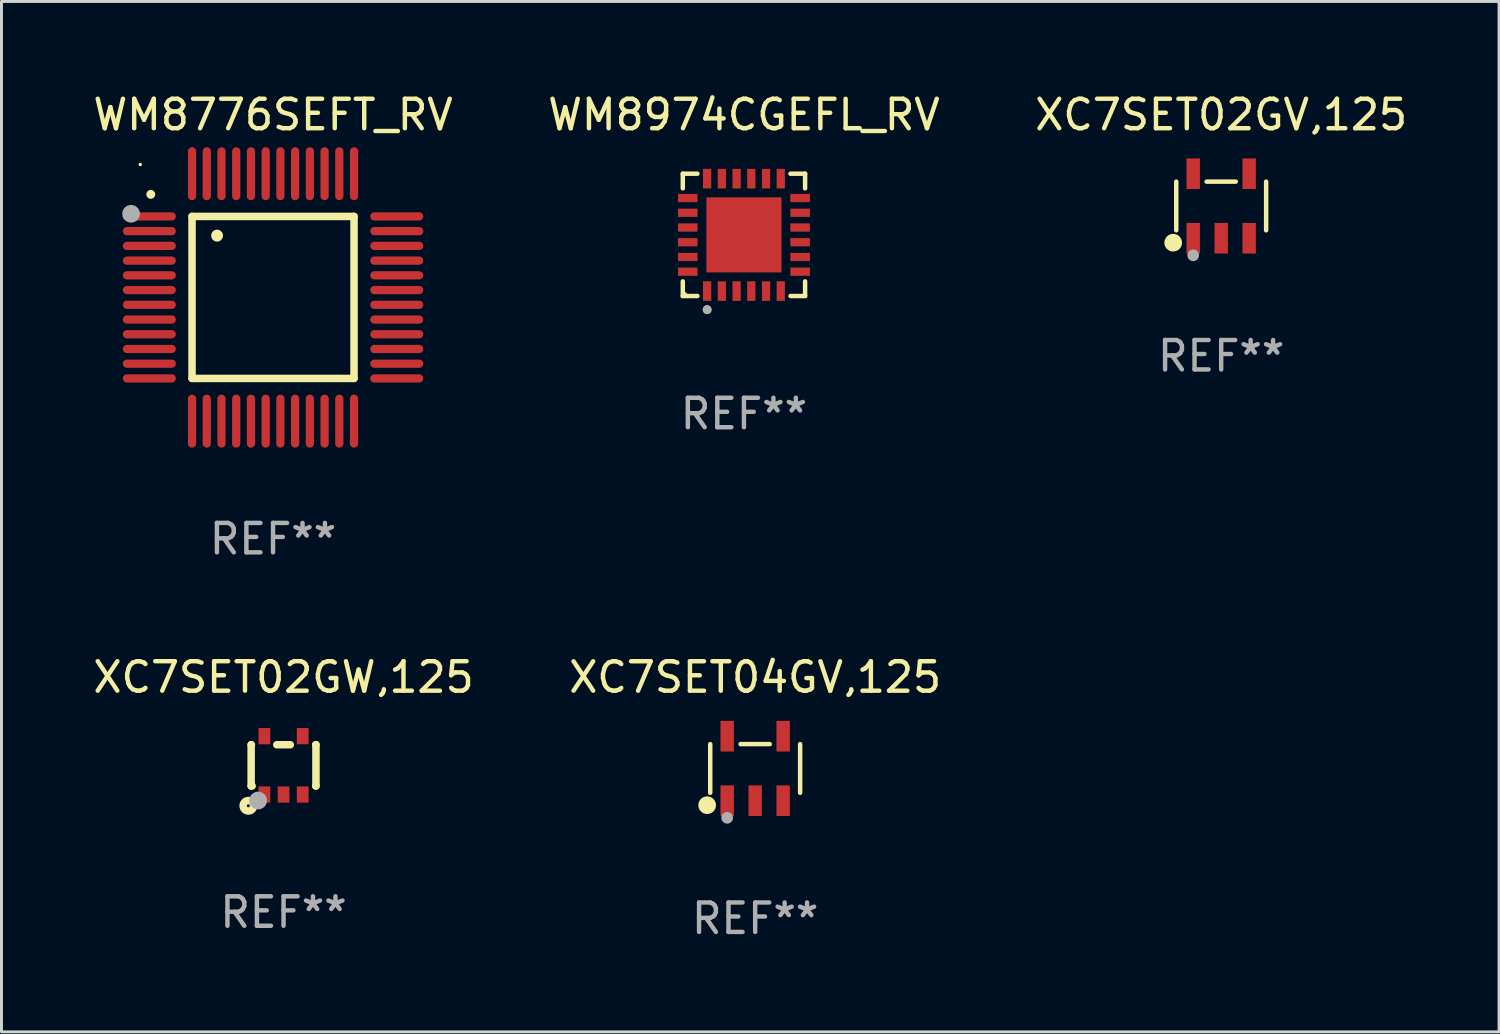
<source format=kicad_pcb>
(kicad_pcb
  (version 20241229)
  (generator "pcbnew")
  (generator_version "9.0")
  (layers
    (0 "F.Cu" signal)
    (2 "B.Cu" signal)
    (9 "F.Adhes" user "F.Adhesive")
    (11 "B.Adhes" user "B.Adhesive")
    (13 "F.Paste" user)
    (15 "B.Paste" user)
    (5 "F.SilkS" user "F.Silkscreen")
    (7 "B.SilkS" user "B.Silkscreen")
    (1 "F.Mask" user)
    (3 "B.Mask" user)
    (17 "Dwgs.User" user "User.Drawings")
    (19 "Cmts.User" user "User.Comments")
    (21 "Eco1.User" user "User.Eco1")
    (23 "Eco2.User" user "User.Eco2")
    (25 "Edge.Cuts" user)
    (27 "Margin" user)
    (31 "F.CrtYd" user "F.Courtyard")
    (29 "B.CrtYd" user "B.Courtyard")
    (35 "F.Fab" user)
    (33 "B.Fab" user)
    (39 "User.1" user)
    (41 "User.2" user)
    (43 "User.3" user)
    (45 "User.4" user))
  (footprint "XC7SET02GW,125"
    (layer "F.Cu")
    (at 6.577 22.935)
    (property "Reference" "XC7SET02GW,125" (at 0 -2.991 0) (layer "F.SilkS") (effects (font (size 1 1) (thickness 0.15))))
    (attr through_hole)
    (fp_line (start -1.1 -0.7) (end -1.1 0.7) (stroke (width 0.254) (type solid)) (layer "F.SilkS"))
    (fp_line (start -1.1 -0.7) (end -1.09 -0.7) (stroke (width 0.254) (type solid)) (layer "F.SilkS"))
    (fp_line (start -1.1 0.7) (end -1.065 0.7) (stroke (width 0.254) (type solid)) (layer "F.SilkS"))
    (fp_line (start -0.23 -0.7) (end 0.23 -0.7) (stroke (width 0.254) (type solid)) (layer "F.SilkS"))
    (fp_line (start 1.09 -0.7) (end 1.1 -0.7) (stroke (width 0.254) (type solid)) (layer "F.SilkS"))
    (fp_line (start 1.09 0.7) (end 1.1 0.7) (stroke (width 0.254) (type solid)) (layer "F.SilkS"))
    (fp_line (start 1.1 -0.7) (end 1.1 0.7) (stroke (width 0.254) (type solid)) (layer "F.SilkS"))
    (fp_circle (center -1.194 1.372) (end -1.143 1.372) (stroke (width 0.254) (type solid)) (fill no) (layer "F.SilkS"))
    (fp_circle (center -1.05 1.063) (end -1.02 1.063) (stroke (width 0.06) (type solid)) (fill no) (layer "F.SilkS"))
    (fp_circle (center -0.864 1.194) (end -0.713 1.194) (stroke (width 0.3) (type solid)) (fill no) (layer "F.Fab"))
    (fp_text user "REF**" (at 0 4.991 0) (layer "F.Fab") (effects (font (size 1 1) (thickness 0.15))))
    (pad "1" smd rect (at -0.65 0.991 180) (size 0.399 0.551) (layers "F.Cu" "F.Mask" "F.Paste"))
    (pad "2" smd rect (at 0 0.991 180) (size 0.399 0.551) (layers "F.Cu" "F.Mask" "F.Paste"))
    (pad "3" smd rect (at 0.65 0.991 180) (size 0.399 0.551) (layers "F.Cu" "F.Mask" "F.Paste"))
    (pad "4" smd rect (at 0.65 -0.991 180) (size 0.399 0.551) (layers "F.Cu" "F.Mask" "F.Paste"))
    (pad "5" smd rect (at -0.65 -0.991 180) (size 0.399 0.551) (layers "F.Cu" "F.Mask" "F.Paste")))
  (footprint "WM8776SEFT_RV"
    (layer "F.Cu")
    (at 6.22 7.048)
    (property "Reference" "WM8776SEFT_RV" (at 0 -6.2 0) (layer "F.SilkS") (effects (font (size 1 1) (thickness 0.15))))
    (attr through_hole)
    (fp_line (start -2.75 -2.75) (end 2.75 -2.75) (stroke (width 0.254) (type solid)) (layer "F.SilkS"))
    (fp_line (start -2.75 2.75) (end -2.75 -2.75) (stroke (width 0.254) (type solid)) (layer "F.SilkS"))
    (fp_line (start 2.75 -2.75) (end 2.75 2.75) (stroke (width 0.254) (type solid)) (layer "F.SilkS"))
    (fp_line (start 2.75 2.75) (end -2.75 2.75) (stroke (width 0.254) (type solid)) (layer "F.SilkS"))
    (fp_arc (start -4.150368 -3.497587) (mid -4.150373 -3.498857) (end -4.150368 -3.500127) (stroke (width 0.3) (type solid)) (layer "F.SilkS"))
    (fp_arc (start -1.899924 -2.095504) (mid -1.89994 -2.098044) (end -1.899924 -2.100584) (stroke (width 0.4) (type solid)) (layer "F.SilkS"))
    (fp_circle (center -4.509 -4.513) (end -4.479 -4.513) (stroke (width 0.06) (type solid)) (fill no) (layer "F.SilkS"))
    (fp_circle (center -4.82 -2.84) (end -4.67 -2.84) (stroke (width 0.3) (type solid)) (fill no) (layer "F.Fab"))
    (fp_text user "REF**" (at 0 8.2 0) (layer "F.Fab") (effects (font (size 1 1) (thickness 0.15))))
    (pad "1" smd oval (at -4.2 -2.75 90) (size 0.28 1.8) (layers "F.Cu" "F.Mask" "F.Paste"))
    (pad "2" smd oval (at -4.2 -2.25 90) (size 0.28 1.8) (layers "F.Cu" "F.Mask" "F.Paste"))
    (pad "3" smd oval (at -4.2 -1.75 90) (size 0.28 1.8) (layers "F.Cu" "F.Mask" "F.Paste"))
    (pad "4" smd oval (at -4.2 -1.25 90) (size 0.28 1.8) (layers "F.Cu" "F.Mask" "F.Paste"))
    (pad "5" smd oval (at -4.2 -0.75 90) (size 0.28 1.8) (layers "F.Cu" "F.Mask" "F.Paste"))
    (pad "6" smd oval (at -4.2 -0.25 90) (size 0.28 1.8) (layers "F.Cu" "F.Mask" "F.Paste"))
    (pad "7" smd oval (at -4.2 0.25 90) (size 0.28 1.8) (layers "F.Cu" "F.Mask" "F.Paste"))
    (pad "8" smd oval (at -4.2 0.75 90) (size 0.28 1.8) (layers "F.Cu" "F.Mask" "F.Paste"))
    (pad "9" smd oval (at -4.2 1.25 90) (size 0.28 1.8) (layers "F.Cu" "F.Mask" "F.Paste"))
    (pad "10" smd oval (at -4.2 1.75 90) (size 0.28 1.8) (layers "F.Cu" "F.Mask" "F.Paste"))
    (pad "11" smd oval (at -4.2 2.25 90) (size 0.28 1.8) (layers "F.Cu" "F.Mask" "F.Paste"))
    (pad "12" smd oval (at -4.2 2.75 90) (size 0.28 1.8) (layers "F.Cu" "F.Mask" "F.Paste"))
    (pad "13" smd oval (at -2.75 4.2) (size 0.28 1.8) (layers "F.Cu" "F.Mask" "F.Paste"))
    (pad "14" smd oval (at -2.25 4.2) (size 0.28 1.8) (layers "F.Cu" "F.Mask" "F.Paste"))
    (pad "15" smd oval (at -1.75 4.2) (size 0.28 1.8) (layers "F.Cu" "F.Mask" "F.Paste"))
    (pad "16" smd oval (at -1.25 4.2) (size 0.28 1.8) (layers "F.Cu" "F.Mask" "F.Paste"))
    (pad "17" smd oval (at -0.75 4.2) (size 0.28 1.8) (layers "F.Cu" "F.Mask" "F.Paste"))
    (pad "18" smd oval (at -0.25 4.2) (size 0.28 1.8) (layers "F.Cu" "F.Mask" "F.Paste"))
    (pad "19" smd oval (at 0.25 4.2) (size 0.28 1.8) (layers "F.Cu" "F.Mask" "F.Paste"))
    (pad "20" smd oval (at 0.75 4.2) (size 0.28 1.8) (layers "F.Cu" "F.Mask" "F.Paste"))
    (pad "21" smd oval (at 1.25 4.2) (size 0.28 1.8) (layers "F.Cu" "F.Mask" "F.Paste"))
    (pad "22" smd oval (at 1.75 4.2) (size 0.28 1.8) (layers "F.Cu" "F.Mask" "F.Paste"))
    (pad "23" smd oval (at 2.25 4.2) (size 0.28 1.8) (layers "F.Cu" "F.Mask" "F.Paste"))
    (pad "24" smd oval (at 2.75 4.2) (size 0.28 1.8) (layers "F.Cu" "F.Mask" "F.Paste"))
    (pad "25" smd oval (at 4.2 2.75 90) (size 0.28 1.8) (layers "F.Cu" "F.Mask" "F.Paste"))
    (pad "26" smd oval (at 4.2 2.25 90) (size 0.28 1.8) (layers "F.Cu" "F.Mask" "F.Paste"))
    (pad "27" smd oval (at 4.2 1.75 90) (size 0.28 1.8) (layers "F.Cu" "F.Mask" "F.Paste"))
    (pad "28" smd oval (at 4.2 1.25 90) (size 0.28 1.8) (layers "F.Cu" "F.Mask" "F.Paste"))
    (pad "29" smd oval (at 4.2 0.75 90) (size 0.28 1.8) (layers "F.Cu" "F.Mask" "F.Paste"))
    (pad "30" smd oval (at 4.2 0.25 90) (size 0.28 1.8) (layers "F.Cu" "F.Mask" "F.Paste"))
    (pad "31" smd oval (at 4.2 -0.25 90) (size 0.28 1.8) (layers "F.Cu" "F.Mask" "F.Paste"))
    (pad "32" smd oval (at 4.2 -0.75 90) (size 0.28 1.8) (layers "F.Cu" "F.Mask" "F.Paste"))
    (pad "33" smd oval (at 4.2 -1.25 90) (size 0.28 1.8) (layers "F.Cu" "F.Mask" "F.Paste"))
    (pad "34" smd oval (at 4.2 -1.75 90) (size 0.28 1.8) (layers "F.Cu" "F.Mask" "F.Paste"))
    (pad "35" smd oval (at 4.2 -2.25 90) (size 0.28 1.8) (layers "F.Cu" "F.Mask" "F.Paste"))
    (pad "36" smd oval (at 4.2 -2.75 90) (size 0.28 1.8) (layers "F.Cu" "F.Mask" "F.Paste"))
    (pad "37" smd oval (at 2.75 -4.2) (size 0.28 1.8) (layers "F.Cu" "F.Mask" "F.Paste"))
    (pad "38" smd oval (at 2.25 -4.2) (size 0.28 1.8) (layers "F.Cu" "F.Mask" "F.Paste"))
    (pad "39" smd oval (at 1.75 -4.2) (size 0.28 1.8) (layers "F.Cu" "F.Mask" "F.Paste"))
    (pad "40" smd oval (at 1.25 -4.2) (size 0.28 1.8) (layers "F.Cu" "F.Mask" "F.Paste"))
    (pad "41" smd oval (at 0.75 -4.2) (size 0.28 1.8) (layers "F.Cu" "F.Mask" "F.Paste"))
    (pad "42" smd oval (at 0.25 -4.2) (size 0.28 1.8) (layers "F.Cu" "F.Mask" "F.Paste"))
    (pad "43" smd oval (at -0.25 -4.2) (size 0.28 1.8) (layers "F.Cu" "F.Mask" "F.Paste"))
    (pad "44" smd oval (at -0.75 -4.2) (size 0.28 1.8) (layers "F.Cu" "F.Mask" "F.Paste"))
    (pad "45" smd oval (at -1.25 -4.2) (size 0.28 1.8) (layers "F.Cu" "F.Mask" "F.Paste"))
    (pad "46" smd oval (at -1.75 -4.2) (size 0.28 1.8) (layers "F.Cu" "F.Mask" "F.Paste"))
    (pad "47" smd oval (at -2.25 -4.2) (size 0.28 1.8) (layers "F.Cu" "F.Mask" "F.Paste"))
    (pad "48" smd oval (at -2.75 -4.2) (size 0.28 1.8) (layers "F.Cu" "F.Mask" "F.Paste")))
  (footprint "WM8974CGEFL_RV"
    (layer "F.Cu")
    (at 22.208 4.924)
    (property "Reference" "WM8974CGEFL_RV" (at 0 -4.076 0) (layer "F.SilkS") (effects (font (size 1 1) (thickness 0.15))))
    (attr through_hole)
    (fp_line (start -2.076 -2.076) (end -1.58 -2.076) (stroke (width 0.152) (type solid)) (layer "F.SilkS"))
    (fp_line (start -2.076 -1.58) (end -2.076 -2.076) (stroke (width 0.152) (type solid)) (layer "F.SilkS"))
    (fp_line (start -2.076 1.58) (end -2.076 2.076) (stroke (width 0.152) (type solid)) (layer "F.SilkS"))
    (fp_line (start -2.076 2.076) (end -1.58 2.076) (stroke (width 0.152) (type solid)) (layer "F.SilkS"))
    (fp_line (start 2.076 -2.076) (end 1.58 -2.076) (stroke (width 0.152) (type solid)) (layer "F.SilkS"))
    (fp_line (start 2.076 -1.58) (end 2.076 -2.076) (stroke (width 0.152) (type solid)) (layer "F.SilkS"))
    (fp_line (start 2.076 1.58) (end 2.076 2.076) (stroke (width 0.152) (type solid)) (layer "F.SilkS"))
    (fp_line (start 2.076 2.076) (end 1.58 2.076) (stroke (width 0.152) (type solid)) (layer "F.SilkS"))
    (fp_circle (center -2 2) (end -1.97 2) (stroke (width 0.06) (type solid)) (fill no) (layer "F.SilkS"))
    (fp_circle (center -1.25 2.54) (end -1.175 2.54) (stroke (width 0.15) (type solid)) (fill no) (layer "F.SilkS"))
    (fp_circle (center -1.25 2.54) (end -1.175 2.54) (stroke (width 0.15) (type solid)) (fill no) (layer "F.Fab"))
    (fp_text user "REF**" (at 0 6.076 0) (layer "F.Fab") (effects (font (size 1 1) (thickness 0.15))))
    (pad "1" smd rect (at -1.25 1.908) (size 0.28 0.665) (layers "F.Cu" "F.Mask" "F.Paste"))
    (pad "2" smd rect (at -0.75 1.908) (size 0.28 0.665) (layers "F.Cu" "F.Mask" "F.Paste"))
    (pad "3" smd rect (at -0.25 1.908) (size 0.28 0.665) (layers "F.Cu" "F.Mask" "F.Paste"))
    (pad "4" smd rect (at 0.25 1.908) (size 0.28 0.665) (layers "F.Cu" "F.Mask" "F.Paste"))
    (pad "5" smd rect (at 0.75 1.908) (size 0.28 0.665) (layers "F.Cu" "F.Mask" "F.Paste"))
    (pad "6" smd rect (at 1.25 1.908) (size 0.28 0.665) (layers "F.Cu" "F.Mask" "F.Paste"))
    (pad "7" smd rect (at 1.908 1.25) (size 0.665 0.28) (layers "F.Cu" "F.Mask" "F.Paste"))
    (pad "8" smd rect (at 1.908 0.75) (size 0.665 0.28) (layers "F.Cu" "F.Mask" "F.Paste"))
    (pad "9" smd rect (at 1.908 0.25) (size 0.665 0.28) (layers "F.Cu" "F.Mask" "F.Paste"))
    (pad "10" smd rect (at 1.908 -0.25) (size 0.665 0.28) (layers "F.Cu" "F.Mask" "F.Paste"))
    (pad "11" smd rect (at 1.908 -0.75) (size 0.665 0.28) (layers "F.Cu" "F.Mask" "F.Paste"))
    (pad "12" smd rect (at 1.908 -1.25) (size 0.665 0.28) (layers "F.Cu" "F.Mask" "F.Paste"))
    (pad "13" smd rect (at 1.25 -1.908) (size 0.28 0.665) (layers "F.Cu" "F.Mask" "F.Paste"))
    (pad "14" smd rect (at 0.75 -1.908) (size 0.28 0.665) (layers "F.Cu" "F.Mask" "F.Paste"))
    (pad "15" smd rect (at 0.25 -1.908) (size 0.28 0.665) (layers "F.Cu" "F.Mask" "F.Paste"))
    (pad "16" smd rect (at -0.25 -1.908) (size 0.28 0.665) (layers "F.Cu" "F.Mask" "F.Paste"))
    (pad "17" smd rect (at -0.75 -1.908) (size 0.28 0.665) (layers "F.Cu" "F.Mask" "F.Paste"))
    (pad "18" smd rect (at -1.25 -1.908) (size 0.28 0.665) (layers "F.Cu" "F.Mask" "F.Paste"))
    (pad "19" smd rect (at -1.908 -1.25) (size 0.665 0.28) (layers "F.Cu" "F.Mask" "F.Paste"))
    (pad "20" smd rect (at -1.908 -0.75) (size 0.665 0.28) (layers "F.Cu" "F.Mask" "F.Paste"))
    (pad "21" smd rect (at -1.908 -0.25) (size 0.665 0.28) (layers "F.Cu" "F.Mask" "F.Paste"))
    (pad "22" smd rect (at -1.908 0.25) (size 0.665 0.28) (layers "F.Cu" "F.Mask" "F.Paste"))
    (pad "23" smd rect (at -1.908 0.75) (size 0.665 0.28) (layers "F.Cu" "F.Mask" "F.Paste"))
    (pad "24" smd rect (at -1.908 1.25) (size 0.665 0.28) (layers "F.Cu" "F.Mask" "F.Paste"))
    (pad "25" smd rect (at 0 0) (size 2.55 2.55) (layers "F.Cu" "F.Mask" "F.Paste")))
  (footprint "XC7SET04GV,125"
    (layer "F.Cu")
    (at 22.589 23.04)
    (property "Reference" "XC7SET04GV,125" (at 0 -3.095 0) (layer "F.SilkS") (effects (font (size 1 1) (thickness 0.15))))
    (attr through_hole)
    (fp_line (start -1.526 0.826) (end -1.526 -0.826) (stroke (width 0.152) (type solid)) (layer "F.SilkS"))
    (fp_line (start 0.494 -0.826) (end -0.494 -0.826) (stroke (width 0.152) (type solid)) (layer "F.SilkS"))
    (fp_line (start 1.526 0.826) (end 1.526 -0.826) (stroke (width 0.152) (type solid)) (layer "F.SilkS"))
    (fp_circle (center -1.63 1.247) (end -1.48 1.247) (stroke (width 0.3) (type solid)) (fill no) (layer "F.SilkS"))
    (fp_circle (center -1.45 1.375) (end -1.42 1.375) (stroke (width 0.06) (type solid)) (fill no) (layer "F.SilkS"))
    (fp_circle (center -0.95 1.675) (end -0.85 1.675) (stroke (width 0.2) (type solid)) (fill no) (layer "F.Fab"))
    (fp_text user "REF**" (at 0 5.095 0) (layer "F.Fab") (effects (font (size 1 1) (thickness 0.15))))
    (pad "1" smd rect (at -0.95 1.095) (size 0.455 1.04) (layers "F.Cu" "F.Mask" "F.Paste"))
    (pad "2" smd rect (at 0 1.095) (size 0.455 1.04) (layers "F.Cu" "F.Mask" "F.Paste"))
    (pad "3" smd rect (at 0.95 1.095) (size 0.455 1.04) (layers "F.Cu" "F.Mask" "F.Paste"))
    (pad "4" smd rect (at 0.95 -1.095) (size 0.455 1.04) (layers "F.Cu" "F.Mask" "F.Paste"))
    (pad "5" smd rect (at -0.95 -1.095) (size 0.455 1.04) (layers "F.Cu" "F.Mask" "F.Paste")))
  (footprint "XC7SET02GV,125"
    (layer "F.Cu")
    (at 38.411 3.943)
    (property "Reference" "XC7SET02GV,125" (at 0 -3.095 0) (layer "F.SilkS") (effects (font (size 1 1) (thickness 0.15))))
    (attr through_hole)
    (fp_line (start -1.526 0.826) (end -1.526 -0.826) (stroke (width 0.152) (type solid)) (layer "F.SilkS"))
    (fp_line (start 0.494 -0.826) (end -0.494 -0.826) (stroke (width 0.152) (type solid)) (layer "F.SilkS"))
    (fp_line (start 1.526 0.826) (end 1.526 -0.826) (stroke (width 0.152) (type solid)) (layer "F.SilkS"))
    (fp_circle (center -1.63 1.247) (end -1.48 1.247) (stroke (width 0.3) (type solid)) (fill no) (layer "F.SilkS"))
    (fp_circle (center -1.45 1.375) (end -1.42 1.375) (stroke (width 0.06) (type solid)) (fill no) (layer "F.SilkS"))
    (fp_circle (center -0.95 1.675) (end -0.85 1.675) (stroke (width 0.2) (type solid)) (fill no) (layer "F.Fab"))
    (fp_text user "REF**" (at 0 5.095 0) (layer "F.Fab") (effects (font (size 1 1) (thickness 0.15))))
    (pad "1" smd rect (at -0.95 1.095) (size 0.455 1.04) (layers "F.Cu" "F.Mask" "F.Paste"))
    (pad "2" smd rect (at 0 1.095) (size 0.455 1.04) (layers "F.Cu" "F.Mask" "F.Paste"))
    (pad "3" smd rect (at 0.95 1.095) (size 0.455 1.04) (layers "F.Cu" "F.Mask" "F.Paste"))
    (pad "4" smd rect (at 0.95 -1.095) (size 0.455 1.04) (layers "F.Cu" "F.Mask" "F.Paste"))
    (pad "5" smd rect (at -0.95 -1.095) (size 0.455 1.04) (layers "F.Cu" "F.Mask" "F.Paste")))
  (gr_rect
    (start -3 -3)
    (end 47.845 31.983)
    (stroke (width 0.1) (type default))
    (fill no)
    (layer "Edge.Cuts")))
</source>
